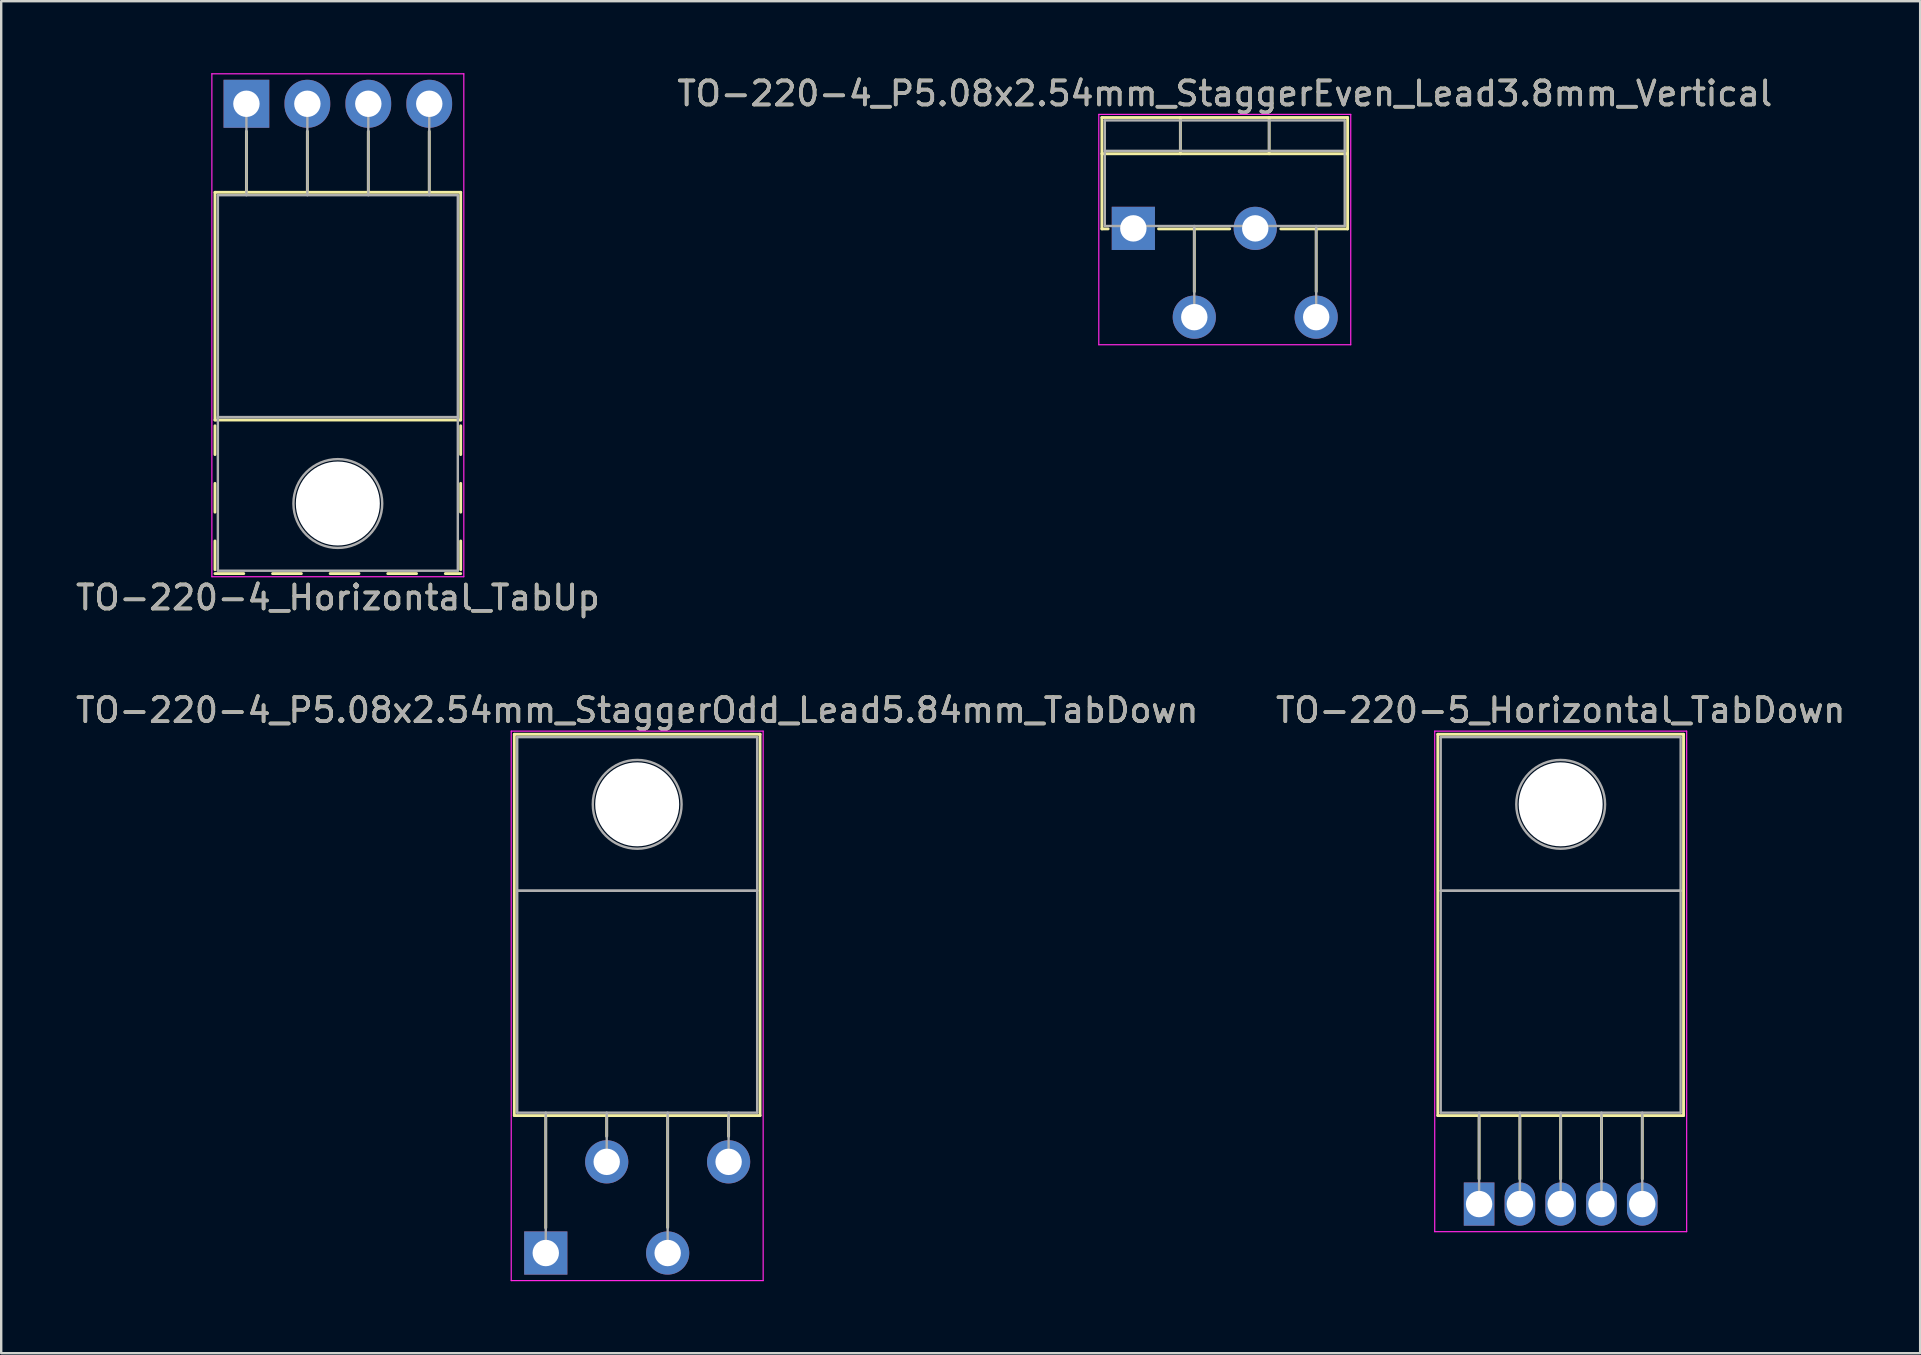
<source format=kicad_pcb>
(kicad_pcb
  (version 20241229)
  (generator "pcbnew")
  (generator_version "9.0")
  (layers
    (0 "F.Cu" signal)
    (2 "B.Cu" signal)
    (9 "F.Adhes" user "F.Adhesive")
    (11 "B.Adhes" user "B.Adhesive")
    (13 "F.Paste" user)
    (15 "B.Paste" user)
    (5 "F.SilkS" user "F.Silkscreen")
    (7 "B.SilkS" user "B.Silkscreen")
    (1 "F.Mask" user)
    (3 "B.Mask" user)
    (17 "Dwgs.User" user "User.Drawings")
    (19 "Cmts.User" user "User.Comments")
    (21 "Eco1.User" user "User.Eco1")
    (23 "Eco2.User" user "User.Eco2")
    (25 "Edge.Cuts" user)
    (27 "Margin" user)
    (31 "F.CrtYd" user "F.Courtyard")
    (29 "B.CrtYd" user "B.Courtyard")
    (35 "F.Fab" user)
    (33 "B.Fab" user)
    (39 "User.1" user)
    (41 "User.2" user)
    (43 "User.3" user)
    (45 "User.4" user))
  (footprint "TO-220-5_Horizontal_TabDown"
    (layer "F.Cu")
    (at 58.594 47.132)
    (property "Reference" "TO-220-5_Horizontal_TabDown" (at 3.4 -20.58 0) (layer "F.SilkS") (effects (font (size 1 1) (thickness 0.15))))
    (attr through_hole)
    (fp_line (start -1.721 -19.58) (end -1.721 -3.69) (stroke (width 0.12) (type solid)) (layer "F.SilkS"))
    (fp_line (start -1.721 -19.58) (end 8.52 -19.58) (stroke (width 0.12) (type solid)) (layer "F.SilkS"))
    (fp_line (start -1.721 -3.69) (end 8.52 -3.69) (stroke (width 0.12) (type solid)) (layer "F.SilkS"))
    (fp_line (start 0 -3.69) (end 0 -1.05) (stroke (width 0.12) (type solid)) (layer "F.SilkS"))
    (fp_line (start 1.7 -3.69) (end 1.7 -1.05) (stroke (width 0.12) (type solid)) (layer "F.SilkS"))
    (fp_line (start 3.4 -3.69) (end 3.4 -1.05) (stroke (width 0.12) (type solid)) (layer "F.SilkS"))
    (fp_line (start 5.1 -3.69) (end 5.1 -1.05) (stroke (width 0.12) (type solid)) (layer "F.SilkS"))
    (fp_line (start 6.8 -3.69) (end 6.8 -1.05) (stroke (width 0.12) (type solid)) (layer "F.SilkS"))
    (fp_line (start 8.52 -19.58) (end 8.52 -3.69) (stroke (width 0.12) (type solid)) (layer "F.SilkS"))
    (fp_line (start -1.85 -19.71) (end -1.85 1.15) (stroke (width 0.05) (type solid)) (layer "F.CrtYd"))
    (fp_line (start -1.85 1.15) (end 8.65 1.15) (stroke (width 0.05) (type solid)) (layer "F.CrtYd"))
    (fp_line (start 8.65 -19.71) (end -1.85 -19.71) (stroke (width 0.05) (type solid)) (layer "F.CrtYd"))
    (fp_line (start 8.65 1.15) (end 8.65 -19.71) (stroke (width 0.05) (type solid)) (layer "F.CrtYd"))
    (fp_line (start -1.6 -19.46) (end 8.4 -19.46) (stroke (width 0.1) (type solid)) (layer "F.Fab"))
    (fp_line (start -1.6 -13.06) (end -1.6 -19.46) (stroke (width 0.1) (type solid)) (layer "F.Fab"))
    (fp_line (start -1.6 -13.06) (end 8.4 -13.06) (stroke (width 0.1) (type solid)) (layer "F.Fab"))
    (fp_line (start -1.6 -3.81) (end -1.6 -13.06) (stroke (width 0.1) (type solid)) (layer "F.Fab"))
    (fp_line (start 0 -3.81) (end 0 0) (stroke (width 0.1) (type solid)) (layer "F.Fab"))
    (fp_line (start 1.7 -3.81) (end 1.7 0) (stroke (width 0.1) (type solid)) (layer "F.Fab"))
    (fp_line (start 3.4 -3.81) (end 3.4 0) (stroke (width 0.1) (type solid)) (layer "F.Fab"))
    (fp_line (start 5.1 -3.81) (end 5.1 0) (stroke (width 0.1) (type solid)) (layer "F.Fab"))
    (fp_line (start 6.8 -3.81) (end 6.8 0) (stroke (width 0.1) (type solid)) (layer "F.Fab"))
    (fp_line (start 8.4 -19.46) (end 8.4 -13.06) (stroke (width 0.1) (type solid)) (layer "F.Fab"))
    (fp_line (start 8.4 -13.06) (end -1.6 -13.06) (stroke (width 0.1) (type solid)) (layer "F.Fab"))
    (fp_line (start 8.4 -13.06) (end 8.4 -3.81) (stroke (width 0.1) (type solid)) (layer "F.Fab"))
    (fp_line (start 8.4 -3.81) (end -1.6 -3.81) (stroke (width 0.1) (type solid)) (layer "F.Fab"))
    (fp_circle (center 3.4 -16.66) (end 5.25 -16.66) (stroke (width 0.1) (type solid)) (fill no) (layer "F.Fab"))
    (fp_text user "${REFERENCE}" (at 3.4 -20.58 0) (layer "F.Fab") (effects (font (size 1 1) (thickness 0.15))))
    (pad "" np_thru_hole oval (at 3.4 -16.66) (size 3.5 3.5) (drill 3.5) (layers "*.Cu" "*.Mask"))
    (pad "1" thru_hole rect (at 0 0) (size 1.275 1.8) (drill 1.1) (layers "*.Cu" "*.Mask"))
    (pad "2" thru_hole oval (at 1.7 0) (size 1.275 1.8) (drill 1.1) (layers "*.Cu" "*.Mask"))
    (pad "3" thru_hole oval (at 3.4 0) (size 1.275 1.8) (drill 1.1) (layers "*.Cu" "*.Mask"))
    (pad "4" thru_hole oval (at 5.1 0) (size 1.275 1.8) (drill 1.1) (layers "*.Cu" "*.Mask"))
    (pad "5" thru_hole oval (at 6.8 0) (size 1.275 1.8) (drill 1.1) (layers "*.Cu" "*.Mask")))
  (footprint "TO-220-4_P5.08x2.54mm_StaggerEven_Lead3.8mm_Vertical"
    (layer "F.Cu")
    (at 44.184 6.468)
    (property "Reference" "TO-220-4_P5.08x2.54mm_StaggerEven_Lead3.8mm_Vertical" (at 3.81 -5.62 0) (layer "F.SilkS") (effects (font (size 1 1) (thickness 0.15))))
    (attr through_hole)
    (fp_line (start -1.31 -4.62) (end -1.31 0.021) (stroke (width 0.12) (type solid)) (layer "F.SilkS"))
    (fp_line (start -1.31 -4.62) (end 8.93 -4.62) (stroke (width 0.12) (type solid)) (layer "F.SilkS"))
    (fp_line (start -1.31 -3.111) (end 8.93 -3.111) (stroke (width 0.12) (type solid)) (layer "F.SilkS"))
    (fp_line (start -1.31 0.021) (end -1.05 0.021) (stroke (width 0.12) (type solid)) (layer "F.SilkS"))
    (fp_line (start 1.05 0.021) (end 4.016 0.021) (stroke (width 0.12) (type solid)) (layer "F.SilkS"))
    (fp_line (start 1.96 -4.62) (end 1.96 -3.111) (stroke (width 0.12) (type solid)) (layer "F.SilkS"))
    (fp_line (start 2.54 0.021) (end 2.54 2.635) (stroke (width 0.12) (type solid)) (layer "F.SilkS"))
    (fp_line (start 5.66 -4.62) (end 5.66 -3.111) (stroke (width 0.12) (type solid)) (layer "F.SilkS"))
    (fp_line (start 6.145 0.021) (end 8.93 0.021) (stroke (width 0.12) (type solid)) (layer "F.SilkS"))
    (fp_line (start 7.62 0.021) (end 7.62 2.635) (stroke (width 0.12) (type solid)) (layer "F.SilkS"))
    (fp_line (start 8.93 -4.62) (end 8.93 0.021) (stroke (width 0.12) (type solid)) (layer "F.SilkS"))
    (fp_line (start -1.44 -4.75) (end -1.44 4.85) (stroke (width 0.05) (type solid)) (layer "F.CrtYd"))
    (fp_line (start -1.44 4.85) (end 9.06 4.85) (stroke (width 0.05) (type solid)) (layer "F.CrtYd"))
    (fp_line (start 9.06 -4.75) (end -1.44 -4.75) (stroke (width 0.05) (type solid)) (layer "F.CrtYd"))
    (fp_line (start 9.06 4.85) (end 9.06 -4.75) (stroke (width 0.05) (type solid)) (layer "F.CrtYd"))
    (fp_line (start -1.19 -4.5) (end -1.19 -0.1) (stroke (width 0.1) (type solid)) (layer "F.Fab"))
    (fp_line (start -1.19 -3.23) (end 8.81 -3.23) (stroke (width 0.1) (type solid)) (layer "F.Fab"))
    (fp_line (start -1.19 -0.1) (end 8.81 -0.1) (stroke (width 0.1) (type solid)) (layer "F.Fab"))
    (fp_line (start 0 -0.1) (end 0 0) (stroke (width 0.1) (type solid)) (layer "F.Fab"))
    (fp_line (start 1.96 -4.5) (end 1.96 -3.23) (stroke (width 0.1) (type solid)) (layer "F.Fab"))
    (fp_line (start 2.54 -0.1) (end 2.54 3.7) (stroke (width 0.1) (type solid)) (layer "F.Fab"))
    (fp_line (start 5.08 -0.1) (end 5.08 0) (stroke (width 0.1) (type solid)) (layer "F.Fab"))
    (fp_line (start 5.66 -4.5) (end 5.66 -3.23) (stroke (width 0.1) (type solid)) (layer "F.Fab"))
    (fp_line (start 7.62 -0.1) (end 7.62 3.7) (stroke (width 0.1) (type solid)) (layer "F.Fab"))
    (fp_line (start 8.81 -4.5) (end -1.19 -4.5) (stroke (width 0.1) (type solid)) (layer "F.Fab"))
    (fp_line (start 8.81 -0.1) (end 8.81 -4.5) (stroke (width 0.1) (type solid)) (layer "F.Fab"))
    (fp_text user "${REFERENCE}" (at 3.81 -5.62 0) (layer "F.Fab") (effects (font (size 1 1) (thickness 0.15))))
    (pad "1" thru_hole rect (at 0 0) (size 1.8 1.8) (drill 1.1) (layers "*.Cu" "*.Mask"))
    (pad "2" thru_hole oval (at 2.54 3.7) (size 1.8 1.8) (drill 1.1) (layers "*.Cu" "*.Mask"))
    (pad "3" thru_hole oval (at 5.08 0) (size 1.8 1.8) (drill 1.1) (layers "*.Cu" "*.Mask"))
    (pad "4" thru_hole oval (at 7.62 3.7) (size 1.8 1.8) (drill 1.1) (layers "*.Cu" "*.Mask")))
  (footprint "TO-220-4_Horizontal_TabUp"
    (layer "F.Cu")
    (at 7.22 1.275)
    (property "Reference" "TO-220-4_Horizontal_TabUp" (at 3.81 20.58 0) (layer "F.SilkS") (effects (font (size 1 1) (thickness 0.15))))
    (attr through_hole)
    (fp_line (start -1.31 3.69) (end -1.31 13.18) (stroke (width 0.12) (type solid)) (layer "F.SilkS"))
    (fp_line (start -1.31 3.69) (end 8.93 3.69) (stroke (width 0.12) (type solid)) (layer "F.SilkS"))
    (fp_line (start -1.31 13.18) (end 8.93 13.18) (stroke (width 0.12) (type solid)) (layer "F.SilkS"))
    (fp_line (start -1.31 13.42) (end -1.31 14.62) (stroke (width 0.12) (type solid)) (layer "F.SilkS"))
    (fp_line (start -1.31 15.82) (end -1.31 17.02) (stroke (width 0.12) (type solid)) (layer "F.SilkS"))
    (fp_line (start -1.31 18.22) (end -1.31 19.42) (stroke (width 0.12) (type solid)) (layer "F.SilkS"))
    (fp_line (start -1.31 19.58) (end -0.111 19.58) (stroke (width 0.12) (type solid)) (layer "F.SilkS"))
    (fp_line (start 0 1.15) (end 0 3.69) (stroke (width 0.12) (type solid)) (layer "F.SilkS"))
    (fp_line (start 1.09 19.58) (end 2.29 19.58) (stroke (width 0.12) (type solid)) (layer "F.SilkS"))
    (fp_line (start 2.54 1.15) (end 2.54 3.69) (stroke (width 0.12) (type solid)) (layer "F.SilkS"))
    (fp_line (start 3.49 19.58) (end 4.69 19.58) (stroke (width 0.12) (type solid)) (layer "F.SilkS"))
    (fp_line (start 5.08 1.15) (end 5.08 3.69) (stroke (width 0.12) (type solid)) (layer "F.SilkS"))
    (fp_line (start 5.89 19.58) (end 7.091 19.58) (stroke (width 0.12) (type solid)) (layer "F.SilkS"))
    (fp_line (start 7.62 1.15) (end 7.62 3.69) (stroke (width 0.12) (type solid)) (layer "F.SilkS"))
    (fp_line (start 8.29 19.58) (end 8.93 19.58) (stroke (width 0.12) (type solid)) (layer "F.SilkS"))
    (fp_line (start 8.93 3.69) (end 8.93 13.18) (stroke (width 0.12) (type solid)) (layer "F.SilkS"))
    (fp_line (start 8.93 13.42) (end 8.93 14.62) (stroke (width 0.12) (type solid)) (layer "F.SilkS"))
    (fp_line (start 8.93 15.82) (end 8.93 17.02) (stroke (width 0.12) (type solid)) (layer "F.SilkS"))
    (fp_line (start 8.93 18.22) (end 8.93 19.42) (stroke (width 0.12) (type solid)) (layer "F.SilkS"))
    (fp_line (start -1.44 -1.25) (end -1.44 19.71) (stroke (width 0.05) (type solid)) (layer "F.CrtYd"))
    (fp_line (start -1.44 19.71) (end 9.06 19.71) (stroke (width 0.05) (type solid)) (layer "F.CrtYd"))
    (fp_line (start 9.06 -1.25) (end -1.44 -1.25) (stroke (width 0.05) (type solid)) (layer "F.CrtYd"))
    (fp_line (start 9.06 19.71) (end 9.06 -1.25) (stroke (width 0.05) (type solid)) (layer "F.CrtYd"))
    (fp_line (start -1.19 3.81) (end -1.19 13.06) (stroke (width 0.1) (type solid)) (layer "F.Fab"))
    (fp_line (start -1.19 13.06) (end -1.19 19.46) (stroke (width 0.1) (type solid)) (layer "F.Fab"))
    (fp_line (start -1.19 13.06) (end 8.81 13.06) (stroke (width 0.1) (type solid)) (layer "F.Fab"))
    (fp_line (start -1.19 19.46) (end 8.81 19.46) (stroke (width 0.1) (type solid)) (layer "F.Fab"))
    (fp_line (start 0 3.81) (end 0 0) (stroke (width 0.1) (type solid)) (layer "F.Fab"))
    (fp_line (start 2.54 3.81) (end 2.54 0) (stroke (width 0.1) (type solid)) (layer "F.Fab"))
    (fp_line (start 5.08 3.81) (end 5.08 0) (stroke (width 0.1) (type solid)) (layer "F.Fab"))
    (fp_line (start 7.62 3.81) (end 7.62 0) (stroke (width 0.1) (type solid)) (layer "F.Fab"))
    (fp_line (start 8.81 3.81) (end -1.19 3.81) (stroke (width 0.1) (type solid)) (layer "F.Fab"))
    (fp_line (start 8.81 13.06) (end -1.19 13.06) (stroke (width 0.1) (type solid)) (layer "F.Fab"))
    (fp_line (start 8.81 13.06) (end 8.81 3.81) (stroke (width 0.1) (type solid)) (layer "F.Fab"))
    (fp_line (start 8.81 19.46) (end 8.81 13.06) (stroke (width 0.1) (type solid)) (layer "F.Fab"))
    (fp_circle (center 3.81 16.66) (end 5.66 16.66) (stroke (width 0.1) (type solid)) (fill no) (layer "F.Fab"))
    (fp_text user "${REFERENCE}" (at 3.81 20.58 0) (layer "F.Fab") (effects (font (size 1 1) (thickness 0.15))))
    (pad "" np_thru_hole oval (at 3.81 16.66) (size 3.5 3.5) (drill 3.5) (layers "*.Cu" "*.Mask"))
    (pad "1" thru_hole rect (at 0 0) (size 1.905 2) (drill 1.1) (layers "*.Cu" "*.Mask"))
    (pad "2" thru_hole oval (at 2.54 0) (size 1.905 2) (drill 1.1) (layers "*.Cu" "*.Mask"))
    (pad "3" thru_hole oval (at 5.08 0) (size 1.905 2) (drill 1.1) (layers "*.Cu" "*.Mask"))
    (pad "4" thru_hole oval (at 7.62 0) (size 1.905 2) (drill 1.1) (layers "*.Cu" "*.Mask")))
  (footprint "TO-220-4_P5.08x2.54mm_StaggerOdd_Lead5.84mm_TabDown"
    (layer "F.Cu")
    (at 19.696 49.172)
    (property "Reference" "TO-220-4_P5.08x2.54mm_StaggerOdd_Lead5.84mm_TabDown" (at 3.81 -22.62 0) (layer "F.SilkS") (effects (font (size 1 1) (thickness 0.15))))
    (attr through_hole)
    (fp_line (start -1.31 -21.62) (end -1.31 -5.73) (stroke (width 0.12) (type solid)) (layer "F.SilkS"))
    (fp_line (start -1.31 -21.62) (end 8.93 -21.62) (stroke (width 0.12) (type solid)) (layer "F.SilkS"))
    (fp_line (start -1.31 -5.73) (end 8.93 -5.73) (stroke (width 0.12) (type solid)) (layer "F.SilkS"))
    (fp_line (start 0 -5.73) (end 0 -1.05) (stroke (width 0.12) (type solid)) (layer "F.SilkS"))
    (fp_line (start 2.54 -5.73) (end 2.54 -4.866) (stroke (width 0.12) (type solid)) (layer "F.SilkS"))
    (fp_line (start 5.08 -5.73) (end 5.08 -1.065) (stroke (width 0.12) (type solid)) (layer "F.SilkS"))
    (fp_line (start 7.62 -5.73) (end 7.62 -4.866) (stroke (width 0.12) (type solid)) (layer "F.SilkS"))
    (fp_line (start 8.93 -21.62) (end 8.93 -5.73) (stroke (width 0.12) (type solid)) (layer "F.SilkS"))
    (fp_line (start -1.44 -21.75) (end -1.44 1.15) (stroke (width 0.05) (type solid)) (layer "F.CrtYd"))
    (fp_line (start -1.44 1.15) (end 9.06 1.15) (stroke (width 0.05) (type solid)) (layer "F.CrtYd"))
    (fp_line (start 9.06 -21.75) (end -1.44 -21.75) (stroke (width 0.05) (type solid)) (layer "F.CrtYd"))
    (fp_line (start 9.06 1.15) (end 9.06 -21.75) (stroke (width 0.05) (type solid)) (layer "F.CrtYd"))
    (fp_line (start -1.19 -21.5) (end 8.81 -21.5) (stroke (width 0.1) (type solid)) (layer "F.Fab"))
    (fp_line (start -1.19 -15.1) (end -1.19 -21.5) (stroke (width 0.1) (type solid)) (layer "F.Fab"))
    (fp_line (start -1.19 -15.1) (end 8.81 -15.1) (stroke (width 0.1) (type solid)) (layer "F.Fab"))
    (fp_line (start -1.19 -5.85) (end -1.19 -15.1) (stroke (width 0.1) (type solid)) (layer "F.Fab"))
    (fp_line (start 0 -5.85) (end 0 0) (stroke (width 0.1) (type solid)) (layer "F.Fab"))
    (fp_line (start 2.54 -5.85) (end 2.54 -3.8) (stroke (width 0.1) (type solid)) (layer "F.Fab"))
    (fp_line (start 5.08 -5.85) (end 5.08 0) (stroke (width 0.1) (type solid)) (layer "F.Fab"))
    (fp_line (start 7.62 -5.85) (end 7.62 -3.8) (stroke (width 0.1) (type solid)) (layer "F.Fab"))
    (fp_line (start 8.81 -21.5) (end 8.81 -15.1) (stroke (width 0.1) (type solid)) (layer "F.Fab"))
    (fp_line (start 8.81 -15.1) (end -1.19 -15.1) (stroke (width 0.1) (type solid)) (layer "F.Fab"))
    (fp_line (start 8.81 -15.1) (end 8.81 -5.85) (stroke (width 0.1) (type solid)) (layer "F.Fab"))
    (fp_line (start 8.81 -5.85) (end -1.19 -5.85) (stroke (width 0.1) (type solid)) (layer "F.Fab"))
    (fp_circle (center 3.81 -18.7) (end 5.66 -18.7) (stroke (width 0.1) (type solid)) (fill no) (layer "F.Fab"))
    (fp_text user "${REFERENCE}" (at 3.81 -22.62 0) (layer "F.Fab") (effects (font (size 1 1) (thickness 0.15))))
    (pad "" np_thru_hole oval (at 3.81 -18.7) (size 3.5 3.5) (drill 3.5) (layers "*.Cu" "*.Mask"))
    (pad "1" thru_hole rect (at 0 0) (size 1.8 1.8) (drill 1.1) (layers "*.Cu" "*.Mask"))
    (pad "2" thru_hole oval (at 2.54 -3.8) (size 1.8 1.8) (drill 1.1) (layers "*.Cu" "*.Mask"))
    (pad "3" thru_hole oval (at 5.08 0) (size 1.8 1.8) (drill 1.1) (layers "*.Cu" "*.Mask"))
    (pad "4" thru_hole oval (at 7.62 -3.8) (size 1.8 1.8) (drill 1.1) (layers "*.Cu" "*.Mask")))
  (gr_rect
    (start -3 -3)
    (end 76.976 53.346)
    (stroke (width 0.1) (type default))
    (fill no)
    (layer "Edge.Cuts")))
</source>
